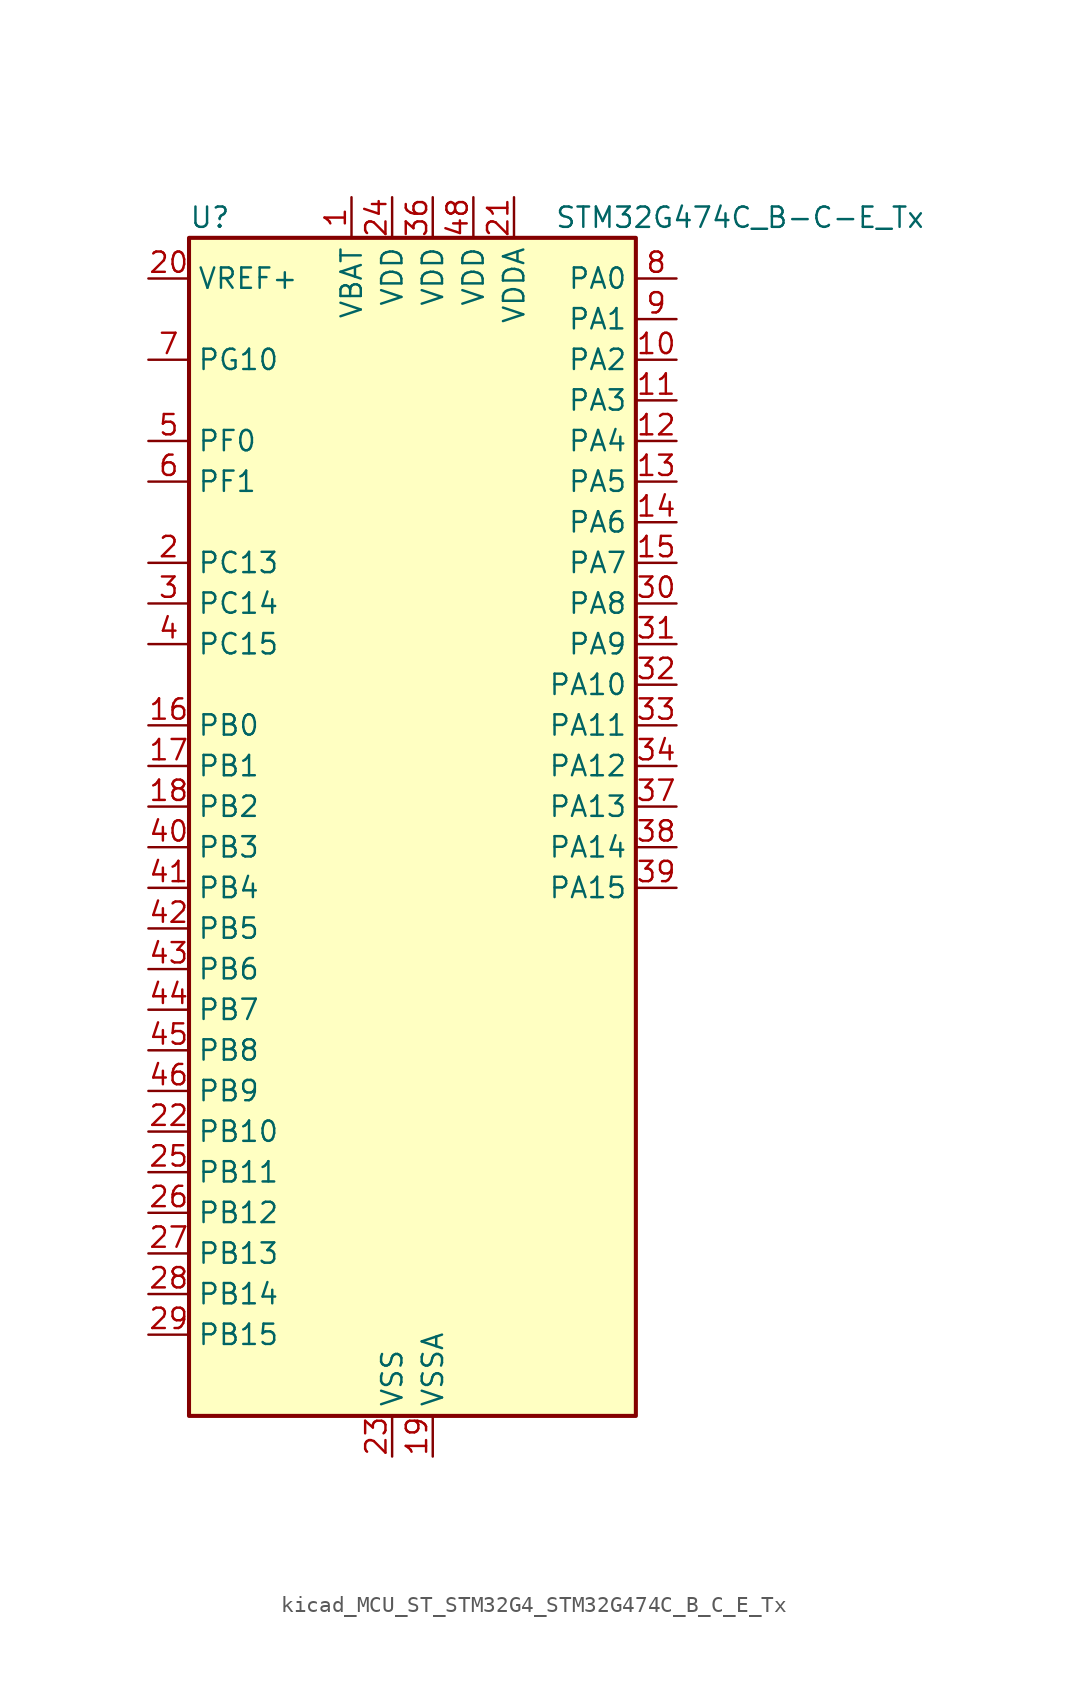
<source format=kicad_sym>
(kicad_symbol_lib
  (version 20220914)
  (generator kicad_symbol_editor)
  (symbol "kicad_MCU_ST_STM32G4_STM32G474C_B_C_E_Tx"
    (property "Reference" "U"
      (at -12.7 39.37 0)
      (effects (font (size 1.27 1.27)) (justify left)))
    (property "Value" "STM32G474C_B-C-E_Tx"
      (at 10.16 39.37 0)
      (effects (font (size 1.27 1.27)) (justify left)))
    (property "ki_locked" ""
      (at 0 0 0)
      (effects (font (size 1.27 1.27))))
    (symbol "kicad_MCU_ST_STM32G4_STM32G474C_B_C_E_Tx_0_1"
      (rectangle (start -12.7 -35.56) (end 15.24 38.1) (stroke (width 0.254) (type default)) (fill (type background))))
    (symbol "kicad_MCU_ST_STM32G4_STM32G474C_B_C_E_Tx_1_1"
      (pin power_in line (at -2.54 40.64 270) (length 2.54) (name "VBAT" (effects (font (size 1.27 1.27)))) (number "1" (effects (font (size 1.27 1.27)))))
      (pin bidirectional line (at 17.78 30.48 180) (length 2.54) (name "PA2" (effects (font (size 1.27 1.27)))) (number "10" (effects (font (size 1.27 1.27)))) (alternate "ADC1_IN3" bidirectional line) (alternate "ADC3_EXTI2" bidirectional line) (alternate "ADC4_EXTI2" bidirectional line) (alternate "ADC5_EXTI2" bidirectional line) (alternate "COMP2_INM" bidirectional line) (alternate "COMP2_OUT" bidirectional line) (alternate "LPUART1_TX" bidirectional line) (alternate "OPAMP1_VOUT" bidirectional line) (alternate "QUADSPI1_BK1_NCS" bidirectional line) (alternate "RCC_LSCO" bidirectional line) (alternate "SYS_WKUP4" bidirectional line) (alternate "TIM15_CH1" bidirectional line) (alternate "TIM2_CH3" bidirectional line) (alternate "TIM5_CH3" bidirectional line) (alternate "UCPD1_FRSTX1" bidirectional line) (alternate "UCPD1_FRSTX2" bidirectional line) (alternate "USART2_TX" bidirectional line))
      (pin bidirectional line (at 17.78 27.94 180) (length 2.54) (name "PA3" (effects (font (size 1.27 1.27)))) (number "11" (effects (font (size 1.27 1.27)))) (alternate "ADC1_IN4" bidirectional line) (alternate "ADC3_EXTI3" bidirectional line) (alternate "ADC4_EXTI3" bidirectional line) (alternate "ADC5_EXTI3" bidirectional line) (alternate "COMP2_INP" bidirectional line) (alternate "LPUART1_RX" bidirectional line) (alternate "OPAMP1_VINM" bidirectional line) (alternate "OPAMP1_VINM0" bidirectional line) (alternate "OPAMP1_VINM_SEC" bidirectional line) (alternate "OPAMP1_VINP" bidirectional line) (alternate "OPAMP1_VINP_SEC" bidirectional line) (alternate "OPAMP5_VINM" bidirectional line) (alternate "OPAMP5_VINM1" bidirectional line) (alternate "OPAMP5_VINM_SEC" bidirectional line) (alternate "QUADSPI1_CLK" bidirectional line) (alternate "SAI1_CK1" bidirectional line) (alternate "SAI1_MCLK_A" bidirectional line) (alternate "TIM15_CH2" bidirectional line) (alternate "TIM2_CH4" bidirectional line) (alternate "TIM5_CH4" bidirectional line) (alternate "USART2_RX" bidirectional line))
      (pin bidirectional line (at 17.78 25.4 180) (length 2.54) (name "PA4" (effects (font (size 1.27 1.27)))) (number "12" (effects (font (size 1.27 1.27)))) (alternate "ADC2_IN17" bidirectional line) (alternate "COMP1_INM" bidirectional line) (alternate "DAC1_OUT1" bidirectional line) (alternate "I2S3_WS" bidirectional line) (alternate "SAI1_FS_B" bidirectional line) (alternate "SPI1_NSS" bidirectional line) (alternate "SPI3_NSS" bidirectional line) (alternate "TIM3_CH2" bidirectional line) (alternate "USART2_CK" bidirectional line))
      (pin bidirectional line (at 17.78 22.86 180) (length 2.54) (name "PA5" (effects (font (size 1.27 1.27)))) (number "13" (effects (font (size 1.27 1.27)))) (alternate "ADC2_IN13" bidirectional line) (alternate "COMP2_INM" bidirectional line) (alternate "DAC1_OUT2" bidirectional line) (alternate "OPAMP2_VINM" bidirectional line) (alternate "OPAMP2_VINM0" bidirectional line) (alternate "OPAMP2_VINM_SEC" bidirectional line) (alternate "SPI1_SCK" bidirectional line) (alternate "TIM2_CH1" bidirectional line) (alternate "TIM2_ETR" bidirectional line) (alternate "UCPD1_FRSTX1" bidirectional line) (alternate "UCPD1_FRSTX2" bidirectional line))
      (pin bidirectional line (at 17.78 20.32 180) (length 2.54) (name "PA6" (effects (font (size 1.27 1.27)))) (number "14" (effects (font (size 1.27 1.27)))) (alternate "ADC2_IN3" bidirectional line) (alternate "COMP1_OUT" bidirectional line) (alternate "DAC2_OUT1" bidirectional line) (alternate "LPUART1_CTS" bidirectional line) (alternate "OPAMP2_VOUT" bidirectional line) (alternate "QUADSPI1_BK1_IO3" bidirectional line) (alternate "SPI1_MISO" bidirectional line) (alternate "TIM16_CH1" bidirectional line) (alternate "TIM1_BKIN" bidirectional line) (alternate "TIM3_CH1" bidirectional line) (alternate "TIM8_BKIN" bidirectional line))
      (pin bidirectional line (at 17.78 17.78 180) (length 2.54) (name "PA7" (effects (font (size 1.27 1.27)))) (number "15" (effects (font (size 1.27 1.27)))) (alternate "ADC2_IN4" bidirectional line) (alternate "COMP2_INP" bidirectional line) (alternate "COMP2_OUT" bidirectional line) (alternate "OPAMP1_VINP" bidirectional line) (alternate "OPAMP1_VINP_SEC" bidirectional line) (alternate "OPAMP2_VINP" bidirectional line) (alternate "OPAMP2_VINP_SEC" bidirectional line) (alternate "QUADSPI1_BK1_IO2" bidirectional line) (alternate "SPI1_MOSI" bidirectional line) (alternate "TIM17_CH1" bidirectional line) (alternate "TIM1_CH1N" bidirectional line) (alternate "TIM3_CH2" bidirectional line) (alternate "TIM8_CH1N" bidirectional line) (alternate "UCPD1_FRSTX1" bidirectional line) (alternate "UCPD1_FRSTX2" bidirectional line))
      (pin bidirectional line (at -15.24 7.62 0) (length 2.54) (name "PB0" (effects (font (size 1.27 1.27)))) (number "16" (effects (font (size 1.27 1.27)))) (alternate "ADC1_IN15" bidirectional line) (alternate "ADC3_IN12" bidirectional line) (alternate "COMP4_INP" bidirectional line) (alternate "HRTIM1_FLT5" bidirectional line) (alternate "OPAMP2_VINP" bidirectional line) (alternate "OPAMP2_VINP_SEC" bidirectional line) (alternate "OPAMP3_VINP" bidirectional line) (alternate "OPAMP3_VINP_SEC" bidirectional line) (alternate "QUADSPI1_BK1_IO1" bidirectional line) (alternate "TIM1_CH2N" bidirectional line) (alternate "TIM3_CH3" bidirectional line) (alternate "TIM8_CH2N" bidirectional line) (alternate "UCPD1_FRSTX1" bidirectional line) (alternate "UCPD1_FRSTX2" bidirectional line))
      (pin bidirectional line (at -15.24 5.08 0) (length 2.54) (name "PB1" (effects (font (size 1.27 1.27)))) (number "17" (effects (font (size 1.27 1.27)))) (alternate "ADC1_IN12" bidirectional line) (alternate "ADC3_IN1" bidirectional line) (alternate "COMP1_INP" bidirectional line) (alternate "COMP4_OUT" bidirectional line) (alternate "HRTIM1_SCOUT" bidirectional line) (alternate "LPUART1_DE" bidirectional line) (alternate "LPUART1_RTS" bidirectional line) (alternate "OPAMP3_VOUT" bidirectional line) (alternate "OPAMP6_VINM" bidirectional line) (alternate "OPAMP6_VINM1" bidirectional line) (alternate "OPAMP6_VINM_SEC" bidirectional line) (alternate "QUADSPI1_BK1_IO0" bidirectional line) (alternate "TIM1_CH3N" bidirectional line) (alternate "TIM3_CH4" bidirectional line) (alternate "TIM8_CH3N" bidirectional line))
      (pin bidirectional line (at -15.24 2.54 0) (length 2.54) (name "PB2" (effects (font (size 1.27 1.27)))) (number "18" (effects (font (size 1.27 1.27)))) (alternate "ADC2_IN12" bidirectional line) (alternate "ADC3_EXTI2" bidirectional line) (alternate "ADC4_EXTI2" bidirectional line) (alternate "ADC5_EXTI2" bidirectional line) (alternate "COMP4_INM" bidirectional line) (alternate "HRTIM1_SCIN" bidirectional line) (alternate "I2C3_SMBA" bidirectional line) (alternate "LPTIM1_OUT" bidirectional line) (alternate "OPAMP3_VINM" bidirectional line) (alternate "OPAMP3_VINM0" bidirectional line) (alternate "OPAMP3_VINM_SEC" bidirectional line) (alternate "QUADSPI1_BK2_IO1" bidirectional line) (alternate "RTC_OUT2" bidirectional line) (alternate "TIM20_CH1" bidirectional line) (alternate "TIM5_CH1" bidirectional line))
      (pin power_in line (at 2.54 -38.1 90) (length 2.54) (name "VSSA" (effects (font (size 1.27 1.27)))) (number "19" (effects (font (size 1.27 1.27)))))
      (pin bidirectional line (at -15.24 17.78 0) (length 2.54) (name "PC13" (effects (font (size 1.27 1.27)))) (number "2" (effects (font (size 1.27 1.27)))) (alternate "RTC_OUT1" bidirectional line) (alternate "RTC_TAMP1" bidirectional line) (alternate "RTC_TS" bidirectional line) (alternate "SYS_WKUP2" bidirectional line) (alternate "TIM1_BKIN" bidirectional line) (alternate "TIM1_CH1N" bidirectional line) (alternate "TIM8_CH4N" bidirectional line))
      (pin input line (at -15.24 35.56 0) (length 2.54) (name "VREF+" (effects (font (size 1.27 1.27)))) (number "20" (effects (font (size 1.27 1.27)))) (alternate "VREFBUF_OUT" bidirectional line))
      (pin power_in line (at 7.62 40.64 270) (length 2.54) (name "VDDA" (effects (font (size 1.27 1.27)))) (number "21" (effects (font (size 1.27 1.27)))))
      (pin bidirectional line (at -15.24 -17.78 0) (length 2.54) (name "PB10" (effects (font (size 1.27 1.27)))) (number "22" (effects (font (size 1.27 1.27)))) (alternate "COMP5_INM" bidirectional line) (alternate "DAC1_EXTI10" bidirectional line) (alternate "DAC2_EXTI10" bidirectional line) (alternate "DAC3_EXTI10" bidirectional line) (alternate "DAC4_EXTI10" bidirectional line) (alternate "HRTIM1_FLT3" bidirectional line) (alternate "LPUART1_RX" bidirectional line) (alternate "OPAMP3_VINM" bidirectional line) (alternate "OPAMP3_VINM1" bidirectional line) (alternate "OPAMP3_VINM_SEC" bidirectional line) (alternate "OPAMP4_VINM" bidirectional line) (alternate "OPAMP4_VINM0" bidirectional line) (alternate "OPAMP4_VINM_SEC" bidirectional line) (alternate "QUADSPI1_CLK" bidirectional line) (alternate "SAI1_SCK_A" bidirectional line) (alternate "TIM1_BKIN" bidirectional line) (alternate "TIM2_CH3" bidirectional line) (alternate "USART3_TX" bidirectional line))
      (pin power_in line (at 0 -38.1 90) (length 2.54) (name "VSS" (effects (font (size 1.27 1.27)))) (number "23" (effects (font (size 1.27 1.27)))))
      (pin power_in line (at 0 40.64 270) (length 2.54) (name "VDD" (effects (font (size 1.27 1.27)))) (number "24" (effects (font (size 1.27 1.27)))))
      (pin bidirectional line (at -15.24 -20.32 0) (length 2.54) (name "PB11" (effects (font (size 1.27 1.27)))) (number "25" (effects (font (size 1.27 1.27)))) (alternate "ADC1_EXTI11" bidirectional line) (alternate "ADC1_IN14" bidirectional line) (alternate "ADC2_EXTI11" bidirectional line) (alternate "ADC2_IN14" bidirectional line) (alternate "COMP6_INP" bidirectional line) (alternate "HRTIM1_FLT4" bidirectional line) (alternate "LPUART1_TX" bidirectional line) (alternate "OPAMP4_VINP" bidirectional line) (alternate "OPAMP4_VINP_SEC" bidirectional line) (alternate "OPAMP6_VOUT" bidirectional line) (alternate "QUADSPI1_BK1_NCS" bidirectional line) (alternate "TIM2_CH4" bidirectional line) (alternate "USART3_RX" bidirectional line))
      (pin bidirectional line (at -15.24 -22.86 0) (length 2.54) (name "PB12" (effects (font (size 1.27 1.27)))) (number "26" (effects (font (size 1.27 1.27)))) (alternate "ADC1_IN11" bidirectional line) (alternate "ADC4_IN3" bidirectional line) (alternate "COMP7_INM" bidirectional line) (alternate "FDCAN2_RX" bidirectional line) (alternate "HRTIM1_CHC1" bidirectional line) (alternate "I2C2_SMBA" bidirectional line) (alternate "I2S2_WS" bidirectional line) (alternate "LPUART1_DE" bidirectional line) (alternate "LPUART1_RTS" bidirectional line) (alternate "OPAMP4_VOUT" bidirectional line) (alternate "OPAMP6_VINP" bidirectional line) (alternate "OPAMP6_VINP_SEC" bidirectional line) (alternate "SPI2_NSS" bidirectional line) (alternate "TIM1_BKIN" bidirectional line) (alternate "TIM5_ETR" bidirectional line) (alternate "USART3_CK" bidirectional line))
      (pin bidirectional line (at -15.24 -25.4 0) (length 2.54) (name "PB13" (effects (font (size 1.27 1.27)))) (number "27" (effects (font (size 1.27 1.27)))) (alternate "ADC3_IN5" bidirectional line) (alternate "COMP5_INP" bidirectional line) (alternate "FDCAN2_TX" bidirectional line) (alternate "HRTIM1_CHC2" bidirectional line) (alternate "I2S2_CK" bidirectional line) (alternate "LPUART1_CTS" bidirectional line) (alternate "OPAMP3_VINP" bidirectional line) (alternate "OPAMP3_VINP_SEC" bidirectional line) (alternate "OPAMP4_VINP" bidirectional line) (alternate "OPAMP4_VINP_SEC" bidirectional line) (alternate "OPAMP6_VINP" bidirectional line) (alternate "OPAMP6_VINP_SEC" bidirectional line) (alternate "SPI2_SCK" bidirectional line) (alternate "TIM1_CH1N" bidirectional line) (alternate "USART3_CTS" bidirectional line) (alternate "USART3_NSS" bidirectional line))
      (pin bidirectional line (at -15.24 -27.94 0) (length 2.54) (name "PB14" (effects (font (size 1.27 1.27)))) (number "28" (effects (font (size 1.27 1.27)))) (alternate "ADC1_IN5" bidirectional line) (alternate "ADC4_IN4" bidirectional line) (alternate "COMP4_OUT" bidirectional line) (alternate "COMP7_INP" bidirectional line) (alternate "HRTIM1_CHD1" bidirectional line) (alternate "OPAMP2_VINP" bidirectional line) (alternate "OPAMP2_VINP_SEC" bidirectional line) (alternate "OPAMP5_VINP" bidirectional line) (alternate "OPAMP5_VINP_SEC" bidirectional line) (alternate "SPI2_MISO" bidirectional line) (alternate "TIM15_CH1" bidirectional line) (alternate "TIM1_CH2N" bidirectional line) (alternate "USART3_DE" bidirectional line) (alternate "USART3_RTS" bidirectional line))
      (pin bidirectional line (at -15.24 -30.48 0) (length 2.54) (name "PB15" (effects (font (size 1.27 1.27)))) (number "29" (effects (font (size 1.27 1.27)))) (alternate "ADC1_EXTI15" bidirectional line) (alternate "ADC2_EXTI15" bidirectional line) (alternate "ADC2_IN15" bidirectional line) (alternate "ADC4_IN5" bidirectional line) (alternate "COMP3_OUT" bidirectional line) (alternate "COMP6_INM" bidirectional line) (alternate "HRTIM1_CHD2" bidirectional line) (alternate "I2S2_SD" bidirectional line) (alternate "OPAMP5_VINM" bidirectional line) (alternate "OPAMP5_VINM0" bidirectional line) (alternate "OPAMP5_VINM_SEC" bidirectional line) (alternate "RTC_REFIN" bidirectional line) (alternate "SPI2_MOSI" bidirectional line) (alternate "TIM15_CH1N" bidirectional line) (alternate "TIM15_CH2" bidirectional line) (alternate "TIM1_CH3N" bidirectional line))
      (pin bidirectional line (at -15.24 15.24 0) (length 2.54) (name "PC14" (effects (font (size 1.27 1.27)))) (number "3" (effects (font (size 1.27 1.27)))) (alternate "RCC_OSC32_IN" bidirectional line))
      (pin bidirectional line (at 17.78 15.24 180) (length 2.54) (name "PA8" (effects (font (size 1.27 1.27)))) (number "30" (effects (font (size 1.27 1.27)))) (alternate "ADC5_IN1" bidirectional line) (alternate "COMP7_OUT" bidirectional line) (alternate "FDCAN3_RX" bidirectional line) (alternate "HRTIM1_CHA1" bidirectional line) (alternate "I2C2_SDA" bidirectional line) (alternate "I2C3_SCL" bidirectional line) (alternate "I2S2_MCK" bidirectional line) (alternate "OPAMP5_VOUT" bidirectional line) (alternate "RCC_MCO" bidirectional line) (alternate "SAI1_CK2" bidirectional line) (alternate "SAI1_SCK_A" bidirectional line) (alternate "TIM1_CH1" bidirectional line) (alternate "TIM4_ETR" bidirectional line) (alternate "USART1_CK" bidirectional line))
      (pin bidirectional line (at 17.78 12.7 180) (length 2.54) (name "PA9" (effects (font (size 1.27 1.27)))) (number "31" (effects (font (size 1.27 1.27)))) (alternate "ADC5_IN2" bidirectional line) (alternate "COMP5_OUT" bidirectional line) (alternate "DAC1_EXTI9" bidirectional line) (alternate "DAC2_EXTI9" bidirectional line) (alternate "DAC3_EXTI9" bidirectional line) (alternate "DAC4_EXTI9" bidirectional line) (alternate "HRTIM1_CHA2" bidirectional line) (alternate "I2C2_SCL" bidirectional line) (alternate "I2C3_SMBA" bidirectional line) (alternate "I2S3_MCK" bidirectional line) (alternate "SAI1_FS_A" bidirectional line) (alternate "TIM15_BKIN" bidirectional line) (alternate "TIM1_CH2" bidirectional line) (alternate "TIM2_CH3" bidirectional line) (alternate "UCPD1_DBCC1" bidirectional line) (alternate "USART1_TX" bidirectional line))
      (pin bidirectional line (at 17.78 10.16 180) (length 2.54) (name "PA10" (effects (font (size 1.27 1.27)))) (number "32" (effects (font (size 1.27 1.27)))) (alternate "COMP6_OUT" bidirectional line) (alternate "CRS_SYNC" bidirectional line) (alternate "DAC1_EXTI10" bidirectional line) (alternate "DAC2_EXTI10" bidirectional line) (alternate "DAC3_EXTI10" bidirectional line) (alternate "DAC4_EXTI10" bidirectional line) (alternate "HRTIM1_CHB1" bidirectional line) (alternate "I2C2_SMBA" bidirectional line) (alternate "SAI1_D1" bidirectional line) (alternate "SAI1_SD_A" bidirectional line) (alternate "SPI2_MISO" bidirectional line) (alternate "TIM17_BKIN" bidirectional line) (alternate "TIM1_CH3" bidirectional line) (alternate "TIM2_CH4" bidirectional line) (alternate "TIM8_BKIN" bidirectional line) (alternate "UCPD1_DBCC2" bidirectional line) (alternate "USART1_RX" bidirectional line))
      (pin bidirectional line (at 17.78 7.62 180) (length 2.54) (name "PA11" (effects (font (size 1.27 1.27)))) (number "33" (effects (font (size 1.27 1.27)))) (alternate "ADC1_EXTI11" bidirectional line) (alternate "ADC2_EXTI11" bidirectional line) (alternate "COMP1_OUT" bidirectional line) (alternate "FDCAN1_RX" bidirectional line) (alternate "HRTIM1_CHB2" bidirectional line) (alternate "I2S2_SD" bidirectional line) (alternate "SPI2_MOSI" bidirectional line) (alternate "TIM1_BKIN2" bidirectional line) (alternate "TIM1_CH1N" bidirectional line) (alternate "TIM1_CH4" bidirectional line) (alternate "TIM4_CH1" bidirectional line) (alternate "USART1_CTS" bidirectional line) (alternate "USART1_NSS" bidirectional line) (alternate "USB_DM" bidirectional line))
      (pin bidirectional line (at 17.78 5.08 180) (length 2.54) (name "PA12" (effects (font (size 1.27 1.27)))) (number "34" (effects (font (size 1.27 1.27)))) (alternate "COMP2_OUT" bidirectional line) (alternate "FDCAN1_TX" bidirectional line) (alternate "HRTIM1_FLT1" bidirectional line) (alternate "I2S_CKIN" bidirectional line) (alternate "TIM16_CH1" bidirectional line) (alternate "TIM1_CH2N" bidirectional line) (alternate "TIM1_ETR" bidirectional line) (alternate "TIM4_CH2" bidirectional line) (alternate "USART1_DE" bidirectional line) (alternate "USART1_RTS" bidirectional line) (alternate "USB_DP" bidirectional line))
      (pin passive line (at 0 -38.1 90) (length 2.54) hide (name "VSS" (effects (font (size 1.27 1.27)))) (number "35" (effects (font (size 1.27 1.27)))))
      (pin power_in line (at 2.54 40.64 270) (length 2.54) (name "VDD" (effects (font (size 1.27 1.27)))) (number "36" (effects (font (size 1.27 1.27)))))
      (pin bidirectional line (at 17.78 2.54 180) (length 2.54) (name "PA13" (effects (font (size 1.27 1.27)))) (number "37" (effects (font (size 1.27 1.27)))) (alternate "I2C1_SCL" bidirectional line) (alternate "I2C4_SCL" bidirectional line) (alternate "IR_OUT" bidirectional line) (alternate "SAI1_SD_B" bidirectional line) (alternate "SYS_JTMS-SWDIO" bidirectional line) (alternate "TIM16_CH1N" bidirectional line) (alternate "TIM4_CH3" bidirectional line) (alternate "USART3_CTS" bidirectional line) (alternate "USART3_NSS" bidirectional line))
      (pin bidirectional line (at 17.78 0 180) (length 2.54) (name "PA14" (effects (font (size 1.27 1.27)))) (number "38" (effects (font (size 1.27 1.27)))) (alternate "I2C1_SDA" bidirectional line) (alternate "I2C4_SMBA" bidirectional line) (alternate "LPTIM1_OUT" bidirectional line) (alternate "SAI1_FS_B" bidirectional line) (alternate "SYS_JTCK-SWCLK" bidirectional line) (alternate "TIM1_BKIN" bidirectional line) (alternate "TIM8_CH2" bidirectional line) (alternate "USART2_TX" bidirectional line))
      (pin bidirectional line (at 17.78 -2.54 180) (length 2.54) (name "PA15" (effects (font (size 1.27 1.27)))) (number "39" (effects (font (size 1.27 1.27)))) (alternate "ADC1_EXTI15" bidirectional line) (alternate "ADC2_EXTI15" bidirectional line) (alternate "FDCAN3_TX" bidirectional line) (alternate "HRTIM1_FLT2" bidirectional line) (alternate "I2C1_SCL" bidirectional line) (alternate "I2S3_WS" bidirectional line) (alternate "SPI1_NSS" bidirectional line) (alternate "SPI3_NSS" bidirectional line) (alternate "SYS_JTDI" bidirectional line) (alternate "TIM1_BKIN" bidirectional line) (alternate "TIM2_CH1" bidirectional line) (alternate "TIM2_ETR" bidirectional line) (alternate "TIM8_CH1" bidirectional line) (alternate "USART2_RX" bidirectional line))
      (pin bidirectional line (at -15.24 12.7 0) (length 2.54) (name "PC15" (effects (font (size 1.27 1.27)))) (number "4" (effects (font (size 1.27 1.27)))) (alternate "ADC1_EXTI15" bidirectional line) (alternate "ADC2_EXTI15" bidirectional line) (alternate "RCC_OSC32_OUT" bidirectional line))
      (pin bidirectional line (at -15.24 0 0) (length 2.54) (name "PB3" (effects (font (size 1.27 1.27)))) (number "40" (effects (font (size 1.27 1.27)))) (alternate "ADC3_EXTI3" bidirectional line) (alternate "ADC4_EXTI3" bidirectional line) (alternate "ADC5_EXTI3" bidirectional line) (alternate "CRS_SYNC" bidirectional line) (alternate "FDCAN3_RX" bidirectional line) (alternate "HRTIM1_EEV9" bidirectional line) (alternate "HRTIM1_SCOUT" bidirectional line) (alternate "I2S3_CK" bidirectional line) (alternate "SAI1_SCK_B" bidirectional line) (alternate "SPI1_SCK" bidirectional line) (alternate "SPI3_SCK" bidirectional line) (alternate "SYS_JTDO-SWO" bidirectional line) (alternate "TIM2_CH2" bidirectional line) (alternate "TIM3_ETR" bidirectional line) (alternate "TIM4_ETR" bidirectional line) (alternate "TIM8_CH1N" bidirectional line) (alternate "USART2_TX" bidirectional line))
      (pin bidirectional line (at -15.24 -2.54 0) (length 2.54) (name "PB4" (effects (font (size 1.27 1.27)))) (number "41" (effects (font (size 1.27 1.27)))) (alternate "FDCAN3_TX" bidirectional line) (alternate "HRTIM1_EEV7" bidirectional line) (alternate "SAI1_MCLK_B" bidirectional line) (alternate "SPI1_MISO" bidirectional line) (alternate "SPI3_MISO" bidirectional line) (alternate "SYS_JTRST" bidirectional line) (alternate "TIM16_CH1" bidirectional line) (alternate "TIM17_BKIN" bidirectional line) (alternate "TIM3_CH1" bidirectional line) (alternate "TIM8_CH2N" bidirectional line) (alternate "UCPD1_CC2" bidirectional line) (alternate "USART2_RX" bidirectional line))
      (pin bidirectional line (at -15.24 -5.08 0) (length 2.54) (name "PB5" (effects (font (size 1.27 1.27)))) (number "42" (effects (font (size 1.27 1.27)))) (alternate "FDCAN2_RX" bidirectional line) (alternate "HRTIM1_EEV6" bidirectional line) (alternate "I2C1_SMBA" bidirectional line) (alternate "I2C3_SDA" bidirectional line) (alternate "I2S3_SD" bidirectional line) (alternate "LPTIM1_IN1" bidirectional line) (alternate "SAI1_SD_B" bidirectional line) (alternate "SPI1_MOSI" bidirectional line) (alternate "SPI3_MOSI" bidirectional line) (alternate "TIM16_BKIN" bidirectional line) (alternate "TIM17_CH1" bidirectional line) (alternate "TIM3_CH2" bidirectional line) (alternate "TIM8_CH3N" bidirectional line) (alternate "USART2_CK" bidirectional line))
      (pin bidirectional line (at -15.24 -7.62 0) (length 2.54) (name "PB6" (effects (font (size 1.27 1.27)))) (number "43" (effects (font (size 1.27 1.27)))) (alternate "COMP4_OUT" bidirectional line) (alternate "FDCAN2_TX" bidirectional line) (alternate "HRTIM1_EEV4" bidirectional line) (alternate "HRTIM1_SCIN" bidirectional line) (alternate "LPTIM1_ETR" bidirectional line) (alternate "SAI1_FS_B" bidirectional line) (alternate "TIM16_CH1N" bidirectional line) (alternate "TIM4_CH1" bidirectional line) (alternate "TIM8_BKIN2" bidirectional line) (alternate "TIM8_CH1" bidirectional line) (alternate "TIM8_ETR" bidirectional line) (alternate "UCPD1_CC1" bidirectional line) (alternate "USART1_TX" bidirectional line))
      (pin bidirectional line (at -15.24 -10.16 0) (length 2.54) (name "PB7" (effects (font (size 1.27 1.27)))) (number "44" (effects (font (size 1.27 1.27)))) (alternate "COMP3_OUT" bidirectional line) (alternate "HRTIM1_EEV3" bidirectional line) (alternate "I2C1_SDA" bidirectional line) (alternate "I2C4_SDA" bidirectional line) (alternate "LPTIM1_IN2" bidirectional line) (alternate "SYS_PVD_IN" bidirectional line) (alternate "TIM17_CH1N" bidirectional line) (alternate "TIM3_CH4" bidirectional line) (alternate "TIM4_CH2" bidirectional line) (alternate "TIM8_BKIN" bidirectional line) (alternate "USART1_RX" bidirectional line))
      (pin bidirectional line (at -15.24 -12.7 0) (length 2.54) (name "PB8" (effects (font (size 1.27 1.27)))) (number "45" (effects (font (size 1.27 1.27)))) (alternate "COMP1_OUT" bidirectional line) (alternate "FDCAN1_RX" bidirectional line) (alternate "HRTIM1_EEV8" bidirectional line) (alternate "I2C1_SCL" bidirectional line) (alternate "SAI1_CK1" bidirectional line) (alternate "SAI1_MCLK_A" bidirectional line) (alternate "TIM16_CH1" bidirectional line) (alternate "TIM1_BKIN" bidirectional line) (alternate "TIM4_CH3" bidirectional line) (alternate "TIM8_CH2" bidirectional line) (alternate "USART3_RX" bidirectional line))
      (pin bidirectional line (at -15.24 -15.24 0) (length 2.54) (name "PB9" (effects (font (size 1.27 1.27)))) (number "46" (effects (font (size 1.27 1.27)))) (alternate "COMP2_OUT" bidirectional line) (alternate "DAC1_EXTI9" bidirectional line) (alternate "DAC2_EXTI9" bidirectional line) (alternate "DAC3_EXTI9" bidirectional line) (alternate "DAC4_EXTI9" bidirectional line) (alternate "FDCAN1_TX" bidirectional line) (alternate "HRTIM1_EEV5" bidirectional line) (alternate "I2C1_SDA" bidirectional line) (alternate "IR_OUT" bidirectional line) (alternate "SAI1_D2" bidirectional line) (alternate "SAI1_FS_A" bidirectional line) (alternate "TIM17_CH1" bidirectional line) (alternate "TIM1_CH3N" bidirectional line) (alternate "TIM4_CH4" bidirectional line) (alternate "TIM8_CH3" bidirectional line) (alternate "USART3_TX" bidirectional line))
      (pin passive line (at 0 -38.1 90) (length 2.54) hide (name "VSS" (effects (font (size 1.27 1.27)))) (number "47" (effects (font (size 1.27 1.27)))))
      (pin power_in line (at 5.08 40.64 270) (length 2.54) (name "VDD" (effects (font (size 1.27 1.27)))) (number "48" (effects (font (size 1.27 1.27)))))
      (pin bidirectional line (at -15.24 25.4 0) (length 2.54) (name "PF0" (effects (font (size 1.27 1.27)))) (number "5" (effects (font (size 1.27 1.27)))) (alternate "ADC1_IN10" bidirectional line) (alternate "I2C2_SDA" bidirectional line) (alternate "I2S2_WS" bidirectional line) (alternate "RCC_OSC_IN" bidirectional line) (alternate "SPI2_NSS" bidirectional line) (alternate "TIM1_CH3N" bidirectional line))
      (pin bidirectional line (at -15.24 22.86 0) (length 2.54) (name "PF1" (effects (font (size 1.27 1.27)))) (number "6" (effects (font (size 1.27 1.27)))) (alternate "ADC2_IN10" bidirectional line) (alternate "COMP3_INM" bidirectional line) (alternate "I2S2_CK" bidirectional line) (alternate "RCC_OSC_OUT" bidirectional line) (alternate "SPI2_SCK" bidirectional line))
      (pin bidirectional line (at -15.24 30.48 0) (length 2.54) (name "PG10" (effects (font (size 1.27 1.27)))) (number "7" (effects (font (size 1.27 1.27)))) (alternate "DAC1_EXTI10" bidirectional line) (alternate "DAC2_EXTI10" bidirectional line) (alternate "DAC3_EXTI10" bidirectional line) (alternate "DAC4_EXTI10" bidirectional line) (alternate "RCC_MCO" bidirectional line))
      (pin bidirectional line (at 17.78 35.56 180) (length 2.54) (name "PA0" (effects (font (size 1.27 1.27)))) (number "8" (effects (font (size 1.27 1.27)))) (alternate "ADC1_IN1" bidirectional line) (alternate "ADC2_IN1" bidirectional line) (alternate "COMP1_INM" bidirectional line) (alternate "COMP1_OUT" bidirectional line) (alternate "COMP3_INP" bidirectional line) (alternate "RTC_TAMP2" bidirectional line) (alternate "SYS_WKUP1" bidirectional line) (alternate "TIM2_CH1" bidirectional line) (alternate "TIM2_ETR" bidirectional line) (alternate "TIM5_CH1" bidirectional line) (alternate "TIM8_BKIN" bidirectional line) (alternate "TIM8_ETR" bidirectional line) (alternate "USART2_CTS" bidirectional line) (alternate "USART2_NSS" bidirectional line))
      (pin bidirectional line (at 17.78 33.02 180) (length 2.54) (name "PA1" (effects (font (size 1.27 1.27)))) (number "9" (effects (font (size 1.27 1.27)))) (alternate "ADC1_IN2" bidirectional line) (alternate "ADC2_IN2" bidirectional line) (alternate "COMP1_INP" bidirectional line) (alternate "OPAMP1_VINP" bidirectional line) (alternate "OPAMP1_VINP_SEC" bidirectional line) (alternate "OPAMP3_VINP" bidirectional line) (alternate "OPAMP3_VINP_SEC" bidirectional line) (alternate "OPAMP6_VINM" bidirectional line) (alternate "OPAMP6_VINM0" bidirectional line) (alternate "OPAMP6_VINM_SEC" bidirectional line) (alternate "RTC_REFIN" bidirectional line) (alternate "TIM15_CH1N" bidirectional line) (alternate "TIM2_CH2" bidirectional line) (alternate "TIM5_CH2" bidirectional line) (alternate "USART2_DE" bidirectional line) (alternate "USART2_RTS" bidirectional line)))))
</source>
